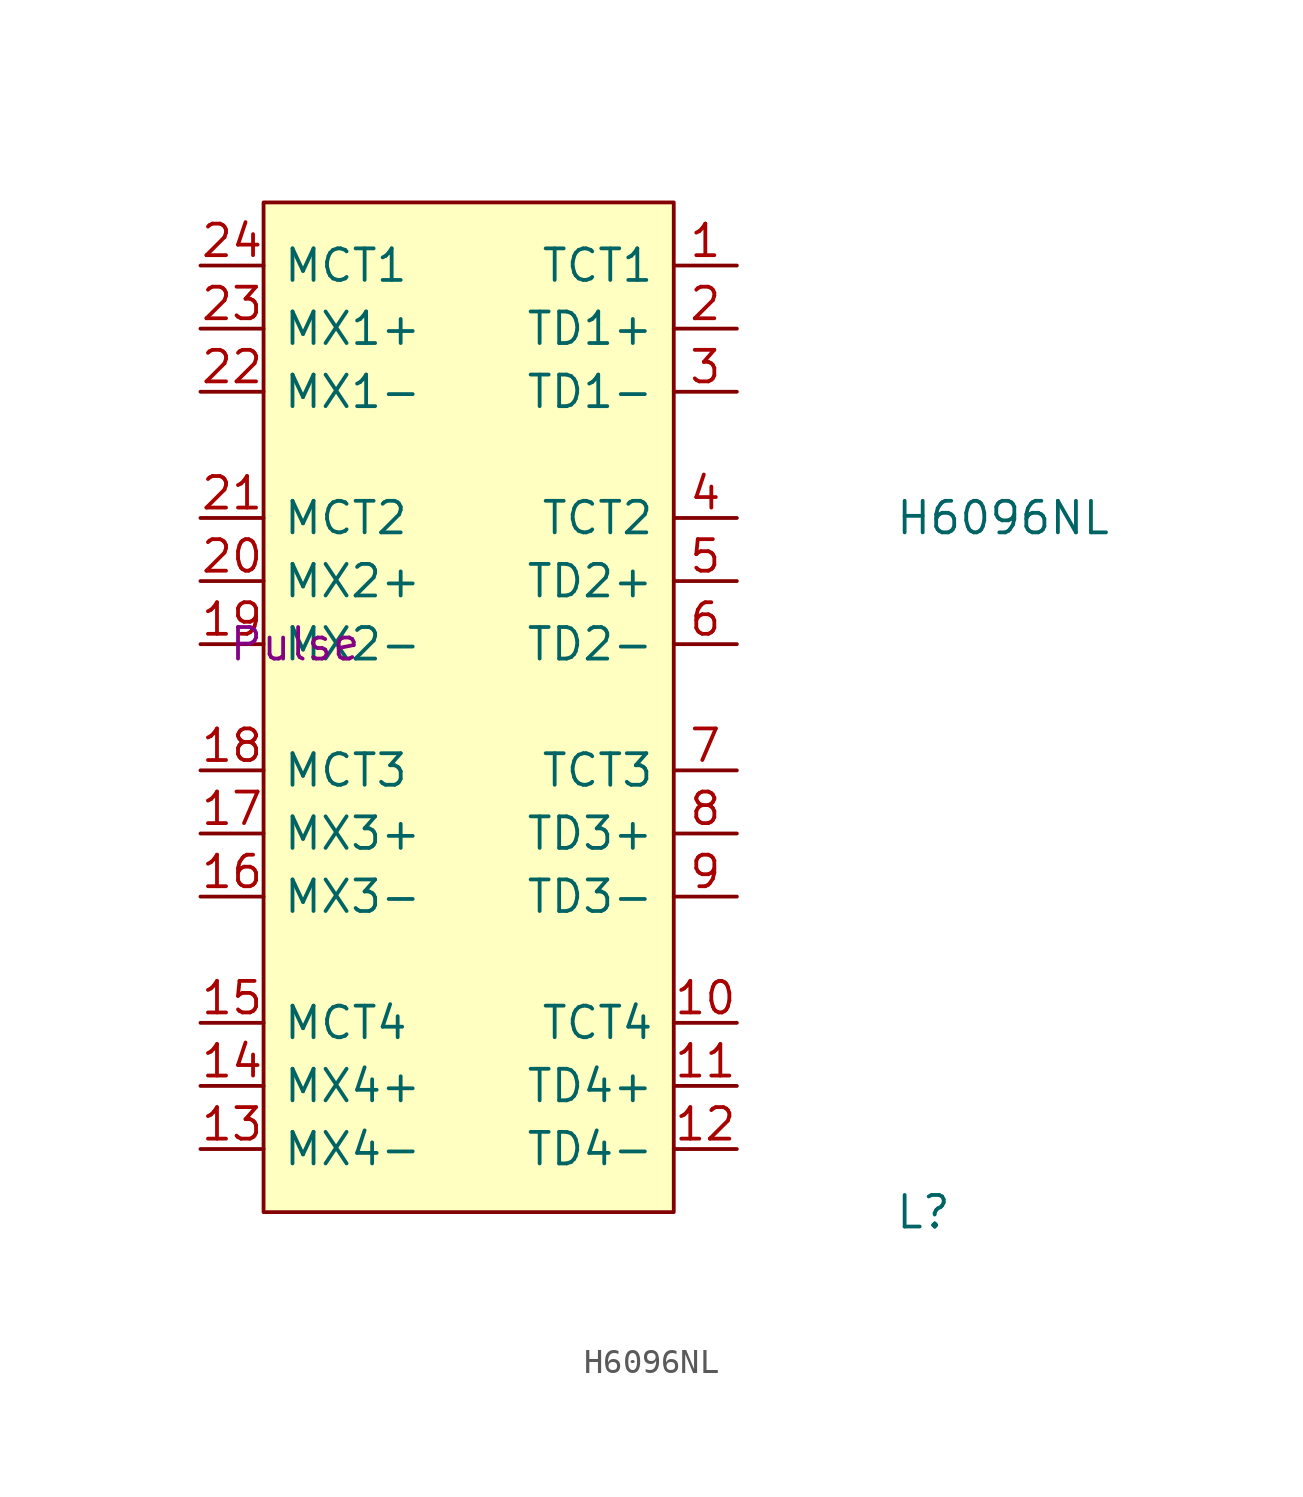
<source format=kicad_sym>
(kicad_symbol_lib
  (version 20211014)
  (generator kicad_symbol_editor)
  (symbol "H6096NL"
    (pin_names
      (offset 0.762))
    (property "Reference" "L"
      (at 24.13 -22.86 0)
      (effects (font (size 1.27 1.27)) (justify left)))
    (property "Value" "H6096NL"
      (at 24.13 5.08 0)
      (effects (font (size 1.27 1.27)) (justify left)))
    (property "Manufacturer" "Pulse"
      (at 0 0 0)
      (effects (font (size 1.27 1.27))))
    (symbol "H6096NL_1_1"
      (rectangle (start -1.27 17.78) (end 15.24 -22.86) (stroke (width 0) (type default) (color 0 0 0 0)) (fill (type background)))
      (pin passive line (at 17.78 15.24 180) (length 2.54) (name "TCT1" (effects (font (size 1.27 1.27)))) (number "1" (effects (font (size 1.27 1.27)))))
      (pin passive line (at 17.78 -15.24 180) (length 2.54) (name "TCT4" (effects (font (size 1.27 1.27)))) (number "10" (effects (font (size 1.27 1.27)))))
      (pin passive line (at 17.78 -17.78 180) (length 2.54) (name "TD4+" (effects (font (size 1.27 1.27)))) (number "11" (effects (font (size 1.27 1.27)))))
      (pin passive line (at 17.78 -20.32 180) (length 2.54) (name "TD4-" (effects (font (size 1.27 1.27)))) (number "12" (effects (font (size 1.27 1.27)))))
      (pin passive line (at -3.81 -20.32 0) (length 2.54) (name "MX4-" (effects (font (size 1.27 1.27)))) (number "13" (effects (font (size 1.27 1.27)))))
      (pin passive line (at -3.81 -17.78 0) (length 2.54) (name "MX4+" (effects (font (size 1.27 1.27)))) (number "14" (effects (font (size 1.27 1.27)))))
      (pin passive line (at -3.81 -15.24 0) (length 2.54) (name "MCT4" (effects (font (size 1.27 1.27)))) (number "15" (effects (font (size 1.27 1.27)))))
      (pin passive line (at -3.81 -10.16 0) (length 2.54) (name "MX3-" (effects (font (size 1.27 1.27)))) (number "16" (effects (font (size 1.27 1.27)))))
      (pin passive line (at -3.81 -7.62 0) (length 2.54) (name "MX3+" (effects (font (size 1.27 1.27)))) (number "17" (effects (font (size 1.27 1.27)))))
      (pin passive line (at -3.81 -5.08 0) (length 2.54) (name "MCT3" (effects (font (size 1.27 1.27)))) (number "18" (effects (font (size 1.27 1.27)))))
      (pin passive line (at -3.81 0 0) (length 2.54) (name "MX2-" (effects (font (size 1.27 1.27)))) (number "19" (effects (font (size 1.27 1.27)))))
      (pin passive line (at 17.78 12.7 180) (length 2.54) (name "TD1+" (effects (font (size 1.27 1.27)))) (number "2" (effects (font (size 1.27 1.27)))))
      (pin passive line (at -3.81 2.54 0) (length 2.54) (name "MX2+" (effects (font (size 1.27 1.27)))) (number "20" (effects (font (size 1.27 1.27)))))
      (pin passive line (at -3.81 5.08 0) (length 2.54) (name "MCT2" (effects (font (size 1.27 1.27)))) (number "21" (effects (font (size 1.27 1.27)))))
      (pin passive line (at -3.81 10.16 0) (length 2.54) (name "MX1-" (effects (font (size 1.27 1.27)))) (number "22" (effects (font (size 1.27 1.27)))))
      (pin passive line (at -3.81 12.7 0) (length 2.54) (name "MX1+" (effects (font (size 1.27 1.27)))) (number "23" (effects (font (size 1.27 1.27)))))
      (pin passive line (at -3.81 15.24 0) (length 2.54) (name "MCT1" (effects (font (size 1.27 1.27)))) (number "24" (effects (font (size 1.27 1.27)))))
      (pin passive line (at 17.78 10.16 180) (length 2.54) (name "TD1-" (effects (font (size 1.27 1.27)))) (number "3" (effects (font (size 1.27 1.27)))))
      (pin passive line (at 17.78 5.08 180) (length 2.54) (name "TCT2" (effects (font (size 1.27 1.27)))) (number "4" (effects (font (size 1.27 1.27)))))
      (pin passive line (at 17.78 2.54 180) (length 2.54) (name "TD2+" (effects (font (size 1.27 1.27)))) (number "5" (effects (font (size 1.27 1.27)))))
      (pin passive line (at 17.78 0 180) (length 2.54) (name "TD2-" (effects (font (size 1.27 1.27)))) (number "6" (effects (font (size 1.27 1.27)))))
      (pin passive line (at 17.78 -5.08 180) (length 2.54) (name "TCT3" (effects (font (size 1.27 1.27)))) (number "7" (effects (font (size 1.27 1.27)))))
      (pin passive line (at 17.78 -7.62 180) (length 2.54) (name "TD3+" (effects (font (size 1.27 1.27)))) (number "8" (effects (font (size 1.27 1.27)))))
      (pin passive line (at 17.78 -10.16 180) (length 2.54) (name "TD3-" (effects (font (size 1.27 1.27)))) (number "9" (effects (font (size 1.27 1.27))))))))
</source>
